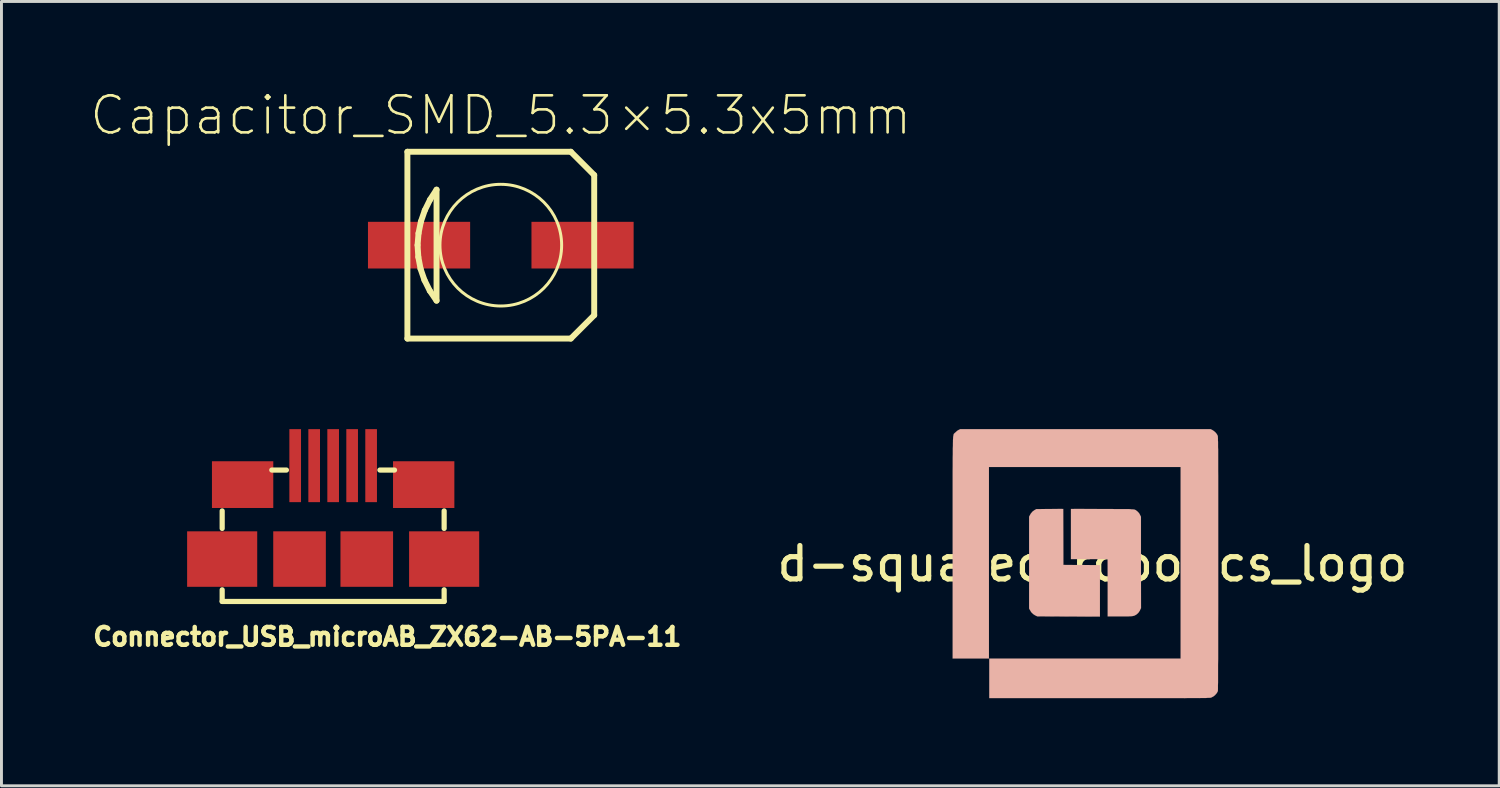
<source format=kicad_pcb>
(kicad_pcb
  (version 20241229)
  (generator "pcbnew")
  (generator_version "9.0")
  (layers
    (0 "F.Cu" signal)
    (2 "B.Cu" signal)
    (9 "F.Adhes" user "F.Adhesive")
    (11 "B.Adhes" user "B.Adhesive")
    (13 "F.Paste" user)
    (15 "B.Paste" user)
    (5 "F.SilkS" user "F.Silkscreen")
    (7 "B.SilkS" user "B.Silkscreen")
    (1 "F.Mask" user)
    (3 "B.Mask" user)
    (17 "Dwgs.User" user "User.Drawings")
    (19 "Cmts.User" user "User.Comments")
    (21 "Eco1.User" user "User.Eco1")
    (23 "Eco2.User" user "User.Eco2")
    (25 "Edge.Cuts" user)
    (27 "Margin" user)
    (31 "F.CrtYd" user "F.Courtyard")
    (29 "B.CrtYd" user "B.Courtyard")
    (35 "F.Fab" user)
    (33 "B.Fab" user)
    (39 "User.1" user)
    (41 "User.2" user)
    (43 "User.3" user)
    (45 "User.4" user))
  (footprint "d-squared_robotics_logo"
    (layer "F.Cu")
    (at 34.352 16.252)
    (property "Reference" "d-squared_robotics_logo" (at 0 0 0) (layer "F.SilkS") (effects (font (size 1.143 1.143) (thickness 0.178))))
    (attr through_hole)
    (fp_poly (pts (xy -2.167 1.534) (xy -2.139 1.585) (xy -2.09 1.664) (xy -2.027 1.725) (xy -1.961 1.768) (xy -1.885 1.803) (xy -0.81 1.808) (xy 0.259 1.811) (xy 0.259 0.927) (xy 0.259 0.046) (xy -0.366 0.043) (xy -0.991 0.041) (xy -0.993 -0.919) (xy -0.996 -1.877) (xy -1.458 -1.875) (xy -1.918 -1.872) (xy -1.979 -1.839) (xy -2.052 -1.786) (xy -2.113 -1.712) (xy -2.139 -1.664) (xy -2.167 -1.613) (xy -2.167 -0.041) (xy -2.167 1.534)) (stroke (width 0.003) (type solid)) (fill yes) (layer "B.SilkS"))
    (fp_poly (pts (xy -0.734 -0.157) (xy -0.107 -0.157) (xy 0.521 -0.157) (xy 0.523 0.823) (xy 0.523 1.803) (xy 0.899 1.803) (xy 0.993 1.803) (xy 1.082 1.803) (xy 1.163 1.803) (xy 1.237 1.803) (xy 1.293 1.801) (xy 1.331 1.798) (xy 1.346 1.798) (xy 1.433 1.781) (xy 1.509 1.74) (xy 1.575 1.681) (xy 1.628 1.603) (xy 1.633 1.587) (xy 1.666 1.521) (xy 1.664 -0.043) (xy 1.664 -1.61) (xy 1.636 -1.666) (xy 1.598 -1.735) (xy 1.542 -1.793) (xy 1.481 -1.839) (xy 1.46 -1.847) (xy 1.45 -1.854) (xy 1.443 -1.854) (xy 1.433 -1.859) (xy 1.417 -1.859) (xy 1.4 -1.862) (xy 1.372 -1.864) (xy 1.341 -1.864) (xy 1.298 -1.869) (xy 1.25 -1.872) (xy 1.186 -1.872) (xy 1.11 -1.872) (xy 1.019 -1.872) (xy 0.914 -1.872) (xy 0.79 -1.872) (xy 0.65 -1.875) (xy 0.488 -1.875) (xy 0.335 -1.875) (xy -0.734 -1.877) (xy -0.734 -1.019) (xy -0.734 -0.157)) (stroke (width 0.003) (type solid)) (fill yes) (layer "B.SilkS"))
    (fp_poly (pts (xy -4.785 -1.575) (xy -4.785 -1.267) (xy -4.785 -0.945) (xy -4.785 -0.594) (xy -4.785 -0.544) (xy -4.785 3.246) (xy -4.163 3.246) (xy -3.541 3.246) (xy -3.541 -0.033) (xy -3.541 -3.312) (xy -0.259 -3.312) (xy 3.02 -3.312) (xy 3.02 -0.033) (xy 3.02 3.246) (xy -0.257 3.246) (xy -3.531 3.246) (xy -3.531 3.927) (xy -3.531 4.602) (xy 0.246 4.602) (xy 0.592 4.602) (xy 0.917 4.602) (xy 1.222 4.602) (xy 1.506 4.602) (xy 1.768 4.602) (xy 2.012 4.602) (xy 2.238 4.602) (xy 2.449 4.602) (xy 2.639 4.602) (xy 2.817 4.602) (xy 2.974 4.602) (xy 3.122 4.602) (xy 3.256 4.6) (xy 3.371 4.6) (xy 3.477 4.6) (xy 3.571 4.6) (xy 3.658 4.6) (xy 3.731 4.597) (xy 3.795 4.597) (xy 3.846 4.597) (xy 3.896 4.597) (xy 3.934 4.592) (xy 3.967 4.592) (xy 3.993 4.59) (xy 4.018 4.59) (xy 4.034 4.59) (xy 4.049 4.587) (xy 4.056 4.585) (xy 4.067 4.585) (xy 4.072 4.582) (xy 4.079 4.582) (xy 4.079 4.577) (xy 4.145 4.544) (xy 4.206 4.493) (xy 4.257 4.435) (xy 4.293 4.371) (xy 4.298 4.354) (xy 4.298 4.338) (xy 4.3 4.3) (xy 4.3 4.242) (xy 4.3 4.163) (xy 4.303 4.064) (xy 4.303 3.942) (xy 4.303 3.8) (xy 4.303 3.64) (xy 4.303 3.462) (xy 4.308 3.264) (xy 4.308 3.048) (xy 4.308 2.814) (xy 4.308 2.563) (xy 4.308 2.296) (xy 4.308 2.012) (xy 4.31 1.712) (xy 4.31 1.397) (xy 4.31 1.067) (xy 4.31 0.721) (xy 4.31 0.363) (xy 4.31 -0.01) (xy 4.31 -0.015) (xy 4.31 -0.386) (xy 4.31 -0.737) (xy 4.31 -1.067) (xy 4.31 -1.374) (xy 4.31 -1.664) (xy 4.31 -1.933) (xy 4.31 -2.182) (xy 4.31 -2.418) (xy 4.31 -2.631) (xy 4.31 -2.832) (xy 4.31 -3.015) (xy 4.308 -3.183) (xy 4.308 -3.335) (xy 4.308 -3.475) (xy 4.308 -3.602) (xy 4.308 -3.716) (xy 4.308 -3.815) (xy 4.308 -3.907) (xy 4.303 -3.988) (xy 4.303 -4.059) (xy 4.303 -4.12) (xy 4.303 -4.173) (xy 4.3 -4.219) (xy 4.3 -4.257) (xy 4.3 -4.288) (xy 4.298 -4.315) (xy 4.298 -4.338) (xy 4.298 -4.354) (xy 4.295 -4.364) (xy 4.293 -4.376) (xy 4.293 -4.384) (xy 4.288 -4.389) (xy 4.288 -4.392) (xy 4.288 -4.394) (xy 4.255 -4.45) (xy 4.206 -4.508) (xy 4.148 -4.554) (xy 4.112 -4.577) (xy 4.054 -4.608) (xy -0.239 -4.608) (xy -4.529 -4.608) (xy -4.587 -4.577) (xy -4.628 -4.554) (xy -4.669 -4.516) (xy -4.696 -4.491) (xy -4.707 -4.483) (xy -4.712 -4.478) (xy -4.719 -4.47) (xy -4.724 -4.465) (xy -4.729 -4.463) (xy -4.737 -4.455) (xy -4.742 -4.448) (xy -4.75 -4.437) (xy -4.752 -4.422) (xy -4.755 -4.404) (xy -4.76 -4.384) (xy -4.765 -4.356) (xy -4.768 -4.323) (xy -4.77 -4.28) (xy -4.773 -4.232) (xy -4.773 -4.176) (xy -4.775 -4.112) (xy -4.775 -4.036) (xy -4.78 -3.95) (xy -4.78 -3.856) (xy -4.78 -3.747) (xy -4.783 -3.627) (xy -4.783 -3.493) (xy -4.783 -3.343) (xy -4.785 -3.183) (xy -4.785 -3.005) (xy -4.785 -2.809) (xy -4.785 -2.601) (xy -4.785 -2.372) (xy -4.785 -2.123) (xy -4.785 -1.859) (xy -4.785 -1.575)) (stroke (width 0.003) (type solid)) (fill yes) (layer "B.SilkS")))
  (footprint "Connector_USB_microAB_ZX62-AB-5PA-11"
    (layer "F.Cu")
    (at 8.357 13.443)
    (property "Reference" "Connector_USB_microAB_ZX62-AB-5PA-11" (at 1.854 5.309 0) (layer "F.SilkS") (effects (font (size 0.61 0.61) (thickness 0.152))))
    (attr through_hole)
    (fp_line (start -3.8 1.6) (end -3.8 1) (stroke (width 0.178) (type solid)) (layer "F.SilkS"))
    (fp_line (start -3.8 4.1) (end -3.8 3.701) (stroke (width 0.178) (type solid)) (layer "F.SilkS"))
    (fp_line (start -3.8 4.1) (end 3.8 4.1) (stroke (width 0.178) (type solid)) (layer "F.SilkS"))
    (fp_line (start -2.101 -0.399) (end -1.6 -0.399) (stroke (width 0.178) (type solid)) (layer "F.SilkS"))
    (fp_line (start 2.101 -0.399) (end 1.6 -0.399) (stroke (width 0.178) (type solid)) (layer "F.SilkS"))
    (fp_line (start 3.8 1.6) (end 3.8 1) (stroke (width 0.178) (type solid)) (layer "F.SilkS"))
    (fp_line (start 3.8 4.1) (end 3.8 3.701) (stroke (width 0.178) (type solid)) (layer "F.SilkS"))
    (pad "1" smd rect (at -1.3 -0.55) (size 0.399 2.5) (layers "F.Cu" "F.Mask" "F.Paste"))
    (pad "2" smd rect (at -0.65 -0.55) (size 0.399 2.5) (layers "F.Cu" "F.Mask" "F.Paste"))
    (pad "3" smd rect (at 0 -0.55) (size 0.399 2.5) (layers "F.Cu" "F.Mask" "F.Paste"))
    (pad "4" smd rect (at 1.3 -0.55) (size 0.399 2.5) (layers "F.Cu" "F.Mask" "F.Paste"))
    (pad "5" smd rect (at -3.8 2.649) (size 2.4 1.9) (layers "F.Cu" "F.Mask" "F.Paste"))
    (pad "5" smd rect (at -3.1 0.1) (size 2.1 1.6) (layers "F.Cu" "F.Mask" "F.Paste"))
    (pad "5" smd rect (at -1.151 2.649) (size 1.801 1.9) (layers "F.Cu" "F.Mask" "F.Paste"))
    (pad "5" smd rect (at 1.151 2.649) (size 1.801 1.9) (layers "F.Cu" "F.Mask" "F.Paste"))
    (pad "5" smd rect (at 3.1 0.1) (size 2.1 1.6) (layers "F.Cu" "F.Mask" "F.Paste"))
    (pad "5" smd rect (at 3.8 2.649) (size 2.4 1.9) (layers "F.Cu" "F.Mask" "F.Paste"))
    (pad "6" smd rect (at 0.65 -0.55) (size 0.399 2.5) (layers "F.Cu" "F.Mask" "F.Paste")))
  (footprint "Capacitor_SMD_5.3×5.3x5mm"
    (layer "F.Cu")
    (at 14.097 5.344)
    (property "Reference" "Capacitor_SMD_5.3×5.3x5mm" (at 0 -4.445 0) (layer "F.SilkS") (effects (font (size 1.27 1.27) (thickness 0.089))))
    (attr smd)
    (fp_line (start -3.198 -3.198) (end 2.398 -3.198) (stroke (width 0.203) (type solid)) (layer "F.SilkS"))
    (fp_line (start -3.198 3.198) (end -3.198 -3.198) (stroke (width 0.203) (type solid)) (layer "F.SilkS"))
    (fp_line (start -2.85 0) (end -2.817 -0.406) (stroke (width 0.203) (type solid)) (layer "F.SilkS"))
    (fp_line (start -2.824 0.406) (end -2.85 0) (stroke (width 0.203) (type solid)) (layer "F.SilkS"))
    (fp_line (start -2.817 -0.406) (end -2.736 -0.805) (stroke (width 0.203) (type solid)) (layer "F.SilkS"))
    (fp_line (start -2.748 0.808) (end -2.824 0.406) (stroke (width 0.203) (type solid)) (layer "F.SilkS"))
    (fp_line (start -2.736 -0.805) (end -2.603 -1.191) (stroke (width 0.203) (type solid)) (layer "F.SilkS"))
    (fp_line (start -2.614 1.196) (end -2.748 0.808) (stroke (width 0.203) (type solid)) (layer "F.SilkS"))
    (fp_line (start -2.603 -1.191) (end -2.423 -1.557) (stroke (width 0.203) (type solid)) (layer "F.SilkS"))
    (fp_line (start -2.431 1.562) (end -2.614 1.196) (stroke (width 0.203) (type solid)) (layer "F.SilkS"))
    (fp_line (start -2.423 -1.557) (end -2.2 -1.9) (stroke (width 0.203) (type solid)) (layer "F.SilkS"))
    (fp_line (start -2.2 -1.9) (end -2.2 1.9) (stroke (width 0.203) (type solid)) (layer "F.SilkS"))
    (fp_line (start -2.2 1.9) (end -2.431 1.562) (stroke (width 0.203) (type solid)) (layer "F.SilkS"))
    (fp_line (start 2.398 -3.198) (end 3.198 -2.398) (stroke (width 0.203) (type solid)) (layer "F.SilkS"))
    (fp_line (start 2.398 3.198) (end -3.198 3.198) (stroke (width 0.203) (type solid)) (layer "F.SilkS"))
    (fp_line (start 3.198 -2.398) (end 3.198 2.398) (stroke (width 0.203) (type solid)) (layer "F.SilkS"))
    (fp_line (start 3.198 2.398) (end 2.398 3.198) (stroke (width 0.203) (type solid)) (layer "F.SilkS"))
    (fp_circle (center 0 0) (end -1.473 1.473) (stroke (width 0.102) (type solid)) (fill no) (layer "F.SilkS"))
    (pad "1" smd rect (at 2.799 0) (size 3.498 1.598) (layers "F.Cu" "F.Mask" "F.Paste"))
    (pad "2" smd rect (at -2.799 0) (size 3.498 1.598) (layers "F.Cu" "F.Mask" "F.Paste")))
  (gr_rect
    (start -3 -3)
    (end 48.282 23.856)
    (stroke (width 0.1) (type default))
    (fill no)
    (layer "Edge.Cuts")))
</source>
